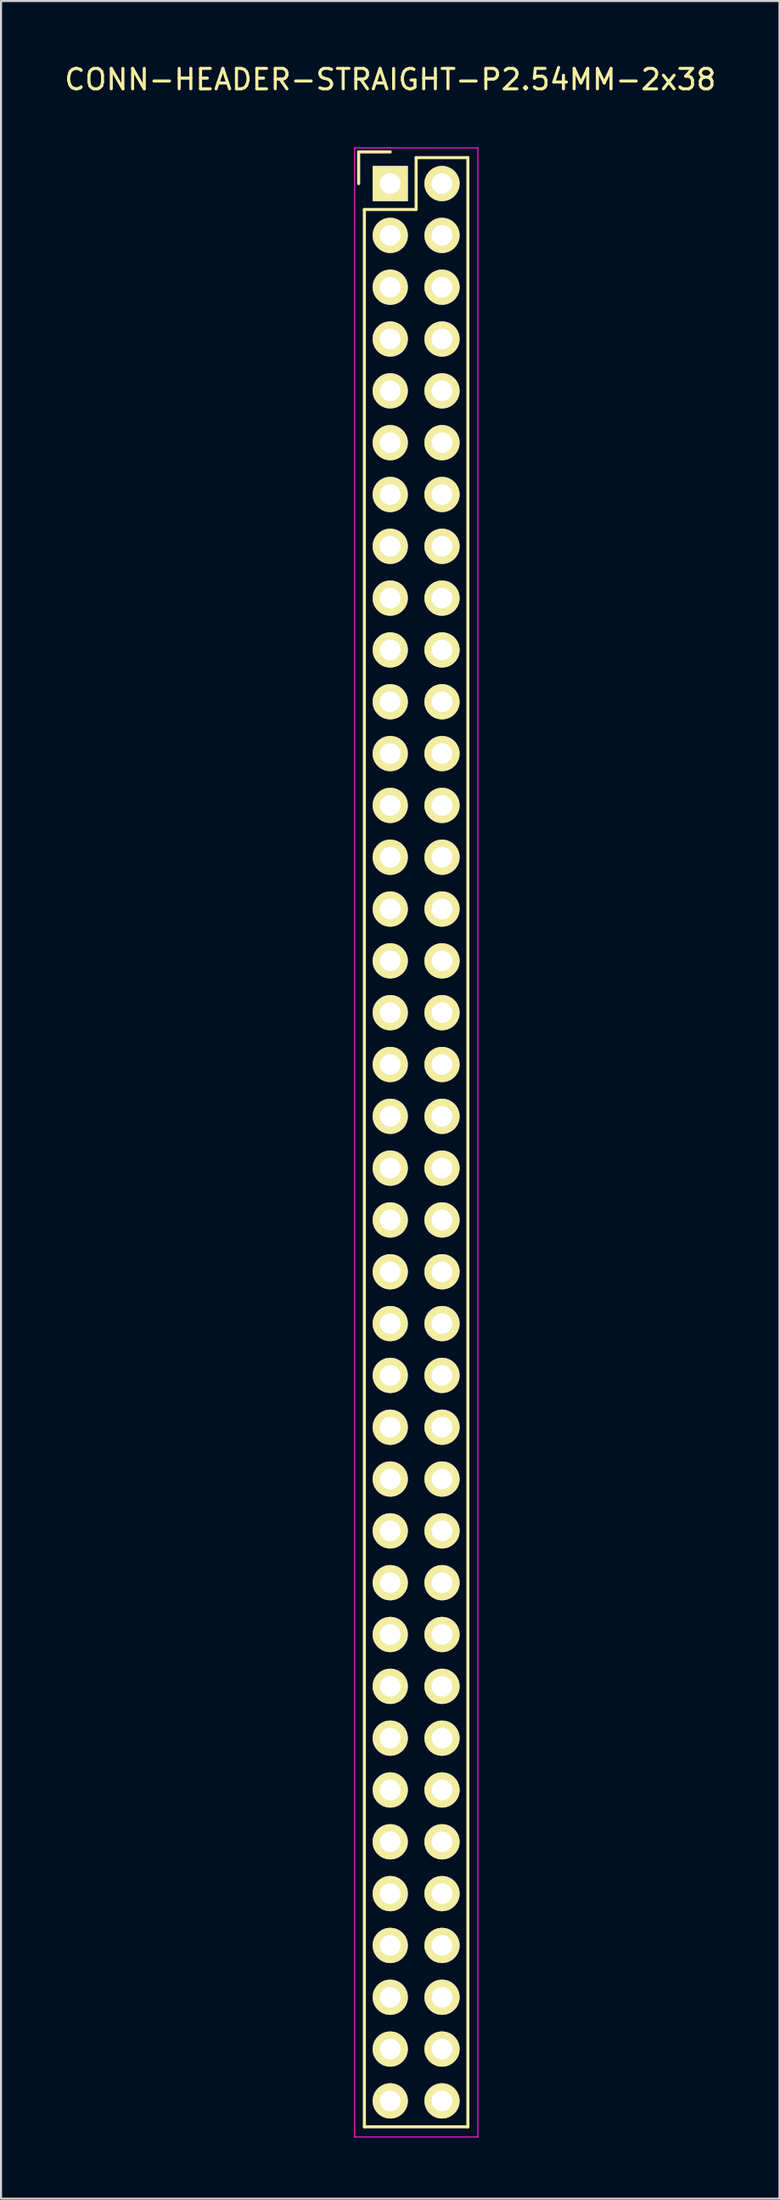
<source format=kicad_pcb>
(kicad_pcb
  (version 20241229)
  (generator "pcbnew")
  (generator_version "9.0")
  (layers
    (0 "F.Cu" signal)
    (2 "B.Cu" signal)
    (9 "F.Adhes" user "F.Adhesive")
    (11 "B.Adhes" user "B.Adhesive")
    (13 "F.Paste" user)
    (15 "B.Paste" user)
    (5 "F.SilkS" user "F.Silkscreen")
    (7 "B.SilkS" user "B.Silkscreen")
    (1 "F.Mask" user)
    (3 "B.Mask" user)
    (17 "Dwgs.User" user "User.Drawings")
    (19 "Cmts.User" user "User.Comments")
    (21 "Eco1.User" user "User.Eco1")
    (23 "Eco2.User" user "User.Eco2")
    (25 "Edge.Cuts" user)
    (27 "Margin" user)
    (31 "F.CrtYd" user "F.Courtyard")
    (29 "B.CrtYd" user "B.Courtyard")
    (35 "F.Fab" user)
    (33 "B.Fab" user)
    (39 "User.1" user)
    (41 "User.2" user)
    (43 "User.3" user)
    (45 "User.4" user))
  (footprint "CONN-HEADER-STRAIGHT-P2.54MM-2x38"
    (layer "F.Cu")
    (at 16.101 5.948)
    (property "Reference" "CONN-HEADER-STRAIGHT-P2.54MM-2x38" (at 0 -5.1 0) (layer "F.SilkS") (effects (font (size 1 1) (thickness 0.15))))
    (attr through_hole)
    (fp_line (start -1.55 -1.55) (end -1.55 0) (stroke (width 0.15) (type solid)) (layer "F.SilkS"))
    (fp_line (start -1.27 95.25) (end -1.27 1.27) (stroke (width 0.15) (type solid)) (layer "F.SilkS"))
    (fp_line (start 0 -1.55) (end -1.55 -1.55) (stroke (width 0.15) (type solid)) (layer "F.SilkS"))
    (fp_line (start 1.27 -1.27) (end 1.27 1.27) (stroke (width 0.15) (type solid)) (layer "F.SilkS"))
    (fp_line (start 1.27 1.27) (end -1.27 1.27) (stroke (width 0.15) (type solid)) (layer "F.SilkS"))
    (fp_line (start 3.81 -1.27) (end 1.27 -1.27) (stroke (width 0.15) (type solid)) (layer "F.SilkS"))
    (fp_line (start 3.81 -1.27) (end 3.81 95.25) (stroke (width 0.15) (type solid)) (layer "F.SilkS"))
    (fp_line (start 3.81 95.25) (end -1.27 95.25) (stroke (width 0.15) (type solid)) (layer "F.SilkS"))
    (fp_line (start -1.75 -1.75) (end -1.75 95.75) (stroke (width 0.05) (type solid)) (layer "F.CrtYd"))
    (fp_line (start -1.75 -1.75) (end 4.3 -1.75) (stroke (width 0.05) (type solid)) (layer "F.CrtYd"))
    (fp_line (start -1.75 95.75) (end 4.3 95.75) (stroke (width 0.05) (type solid)) (layer "F.CrtYd"))
    (fp_line (start 4.3 -1.75) (end 4.3 95.75) (stroke (width 0.05) (type solid)) (layer "F.CrtYd"))
    (pad "1" thru_hole rect (at 0 0) (size 1.727 1.727) (drill 1.016) (layers "*.Cu" "*.Mask" "F.SilkS"))
    (pad "2" thru_hole oval (at 2.54 0) (size 1.727 1.727) (drill 1.016) (layers "*.Cu" "*.Mask" "F.SilkS"))
    (pad "3" thru_hole oval (at 0 2.54) (size 1.727 1.727) (drill 1.016) (layers "*.Cu" "*.Mask" "F.SilkS"))
    (pad "4" thru_hole oval (at 2.54 2.54) (size 1.727 1.727) (drill 1.016) (layers "*.Cu" "*.Mask" "F.SilkS"))
    (pad "5" thru_hole oval (at 0 5.08) (size 1.727 1.727) (drill 1.016) (layers "*.Cu" "*.Mask" "F.SilkS"))
    (pad "6" thru_hole oval (at 2.54 5.08) (size 1.727 1.727) (drill 1.016) (layers "*.Cu" "*.Mask" "F.SilkS"))
    (pad "7" thru_hole oval (at 0 7.62) (size 1.727 1.727) (drill 1.016) (layers "*.Cu" "*.Mask" "F.SilkS"))
    (pad "8" thru_hole oval (at 2.54 7.62) (size 1.727 1.727) (drill 1.016) (layers "*.Cu" "*.Mask" "F.SilkS"))
    (pad "9" thru_hole oval (at 0 10.16) (size 1.727 1.727) (drill 1.016) (layers "*.Cu" "*.Mask" "F.SilkS"))
    (pad "10" thru_hole oval (at 2.54 10.16) (size 1.727 1.727) (drill 1.016) (layers "*.Cu" "*.Mask" "F.SilkS"))
    (pad "11" thru_hole oval (at 0 12.7) (size 1.727 1.727) (drill 1.016) (layers "*.Cu" "*.Mask" "F.SilkS"))
    (pad "12" thru_hole oval (at 2.54 12.7) (size 1.727 1.727) (drill 1.016) (layers "*.Cu" "*.Mask" "F.SilkS"))
    (pad "13" thru_hole oval (at 0 15.24) (size 1.727 1.727) (drill 1.016) (layers "*.Cu" "*.Mask" "F.SilkS"))
    (pad "14" thru_hole oval (at 2.54 15.24) (size 1.727 1.727) (drill 1.016) (layers "*.Cu" "*.Mask" "F.SilkS"))
    (pad "15" thru_hole oval (at 0 17.78) (size 1.727 1.727) (drill 1.016) (layers "*.Cu" "*.Mask" "F.SilkS"))
    (pad "16" thru_hole oval (at 2.54 17.78) (size 1.727 1.727) (drill 1.016) (layers "*.Cu" "*.Mask" "F.SilkS"))
    (pad "17" thru_hole oval (at 0 20.32) (size 1.727 1.727) (drill 1.016) (layers "*.Cu" "*.Mask" "F.SilkS"))
    (pad "18" thru_hole oval (at 2.54 20.32) (size 1.727 1.727) (drill 1.016) (layers "*.Cu" "*.Mask" "F.SilkS"))
    (pad "19" thru_hole oval (at 0 22.86) (size 1.727 1.727) (drill 1.016) (layers "*.Cu" "*.Mask" "F.SilkS"))
    (pad "20" thru_hole oval (at 2.54 22.86) (size 1.727 1.727) (drill 1.016) (layers "*.Cu" "*.Mask" "F.SilkS"))
    (pad "21" thru_hole oval (at 0 25.4) (size 1.727 1.727) (drill 1.016) (layers "*.Cu" "*.Mask" "F.SilkS"))
    (pad "22" thru_hole oval (at 2.54 25.4) (size 1.727 1.727) (drill 1.016) (layers "*.Cu" "*.Mask" "F.SilkS"))
    (pad "23" thru_hole oval (at 0 27.94) (size 1.727 1.727) (drill 1.016) (layers "*.Cu" "*.Mask" "F.SilkS"))
    (pad "24" thru_hole oval (at 2.54 27.94) (size 1.727 1.727) (drill 1.016) (layers "*.Cu" "*.Mask" "F.SilkS"))
    (pad "25" thru_hole oval (at 0 30.48) (size 1.727 1.727) (drill 1.016) (layers "*.Cu" "*.Mask" "F.SilkS"))
    (pad "26" thru_hole oval (at 2.54 30.48) (size 1.727 1.727) (drill 1.016) (layers "*.Cu" "*.Mask" "F.SilkS"))
    (pad "27" thru_hole oval (at 0 33.02) (size 1.727 1.727) (drill 1.016) (layers "*.Cu" "*.Mask" "F.SilkS"))
    (pad "28" thru_hole oval (at 2.54 33.02) (size 1.727 1.727) (drill 1.016) (layers "*.Cu" "*.Mask" "F.SilkS"))
    (pad "29" thru_hole oval (at 0 35.56) (size 1.727 1.727) (drill 1.016) (layers "*.Cu" "*.Mask" "F.SilkS"))
    (pad "30" thru_hole oval (at 2.54 35.56) (size 1.727 1.727) (drill 1.016) (layers "*.Cu" "*.Mask" "F.SilkS"))
    (pad "31" thru_hole oval (at 0 38.1) (size 1.727 1.727) (drill 1.016) (layers "*.Cu" "*.Mask" "F.SilkS"))
    (pad "32" thru_hole oval (at 2.54 38.1) (size 1.727 1.727) (drill 1.016) (layers "*.Cu" "*.Mask" "F.SilkS"))
    (pad "33" thru_hole oval (at 0 40.64) (size 1.727 1.727) (drill 1.016) (layers "*.Cu" "*.Mask" "F.SilkS"))
    (pad "34" thru_hole oval (at 2.54 40.64) (size 1.727 1.727) (drill 1.016) (layers "*.Cu" "*.Mask" "F.SilkS"))
    (pad "35" thru_hole oval (at 0 43.18) (size 1.727 1.727) (drill 1.016) (layers "*.Cu" "*.Mask" "F.SilkS"))
    (pad "36" thru_hole oval (at 2.54 43.18) (size 1.727 1.727) (drill 1.016) (layers "*.Cu" "*.Mask" "F.SilkS"))
    (pad "37" thru_hole oval (at 0 45.72) (size 1.727 1.727) (drill 1.016) (layers "*.Cu" "*.Mask" "F.SilkS"))
    (pad "38" thru_hole oval (at 2.54 45.72) (size 1.727 1.727) (drill 1.016) (layers "*.Cu" "*.Mask" "F.SilkS"))
    (pad "39" thru_hole oval (at 0 48.26) (size 1.727 1.727) (drill 1.016) (layers "*.Cu" "*.Mask" "F.SilkS"))
    (pad "40" thru_hole oval (at 2.54 48.26) (size 1.727 1.727) (drill 1.016) (layers "*.Cu" "*.Mask" "F.SilkS"))
    (pad "41" thru_hole oval (at 0 50.8) (size 1.727 1.727) (drill 1.016) (layers "*.Cu" "*.Mask" "F.SilkS"))
    (pad "42" thru_hole oval (at 2.54 50.8) (size 1.727 1.727) (drill 1.016) (layers "*.Cu" "*.Mask" "F.SilkS"))
    (pad "43" thru_hole oval (at 0 53.34) (size 1.727 1.727) (drill 1.016) (layers "*.Cu" "*.Mask" "F.SilkS"))
    (pad "44" thru_hole oval (at 2.54 53.34) (size 1.727 1.727) (drill 1.016) (layers "*.Cu" "*.Mask" "F.SilkS"))
    (pad "45" thru_hole oval (at 0 55.88) (size 1.727 1.727) (drill 1.016) (layers "*.Cu" "*.Mask" "F.SilkS"))
    (pad "46" thru_hole oval (at 2.54 55.88) (size 1.727 1.727) (drill 1.016) (layers "*.Cu" "*.Mask" "F.SilkS"))
    (pad "47" thru_hole oval (at 0 58.42) (size 1.727 1.727) (drill 1.016) (layers "*.Cu" "*.Mask" "F.SilkS"))
    (pad "48" thru_hole oval (at 2.54 58.42) (size 1.727 1.727) (drill 1.016) (layers "*.Cu" "*.Mask" "F.SilkS"))
    (pad "49" thru_hole oval (at 0 60.96) (size 1.727 1.727) (drill 1.016) (layers "*.Cu" "*.Mask" "F.SilkS"))
    (pad "50" thru_hole oval (at 2.54 60.96) (size 1.727 1.727) (drill 1.016) (layers "*.Cu" "*.Mask" "F.SilkS"))
    (pad "51" thru_hole oval (at 0 63.5) (size 1.727 1.727) (drill 1.016) (layers "*.Cu" "*.Mask" "F.SilkS"))
    (pad "52" thru_hole oval (at 2.54 63.5) (size 1.727 1.727) (drill 1.016) (layers "*.Cu" "*.Mask" "F.SilkS"))
    (pad "53" thru_hole oval (at 0 66.04) (size 1.727 1.727) (drill 1.016) (layers "*.Cu" "*.Mask" "F.SilkS"))
    (pad "54" thru_hole oval (at 2.54 66.04) (size 1.727 1.727) (drill 1.016) (layers "*.Cu" "*.Mask" "F.SilkS"))
    (pad "55" thru_hole oval (at 0 68.58) (size 1.727 1.727) (drill 1.016) (layers "*.Cu" "*.Mask" "F.SilkS"))
    (pad "56" thru_hole oval (at 2.54 68.58) (size 1.727 1.727) (drill 1.016) (layers "*.Cu" "*.Mask" "F.SilkS"))
    (pad "57" thru_hole oval (at 0 71.12) (size 1.727 1.727) (drill 1.016) (layers "*.Cu" "*.Mask" "F.SilkS"))
    (pad "58" thru_hole oval (at 2.54 71.12) (size 1.727 1.727) (drill 1.016) (layers "*.Cu" "*.Mask" "F.SilkS"))
    (pad "59" thru_hole oval (at 0 73.66) (size 1.727 1.727) (drill 1.016) (layers "*.Cu" "*.Mask" "F.SilkS"))
    (pad "60" thru_hole oval (at 2.54 73.66) (size 1.727 1.727) (drill 1.016) (layers "*.Cu" "*.Mask" "F.SilkS"))
    (pad "61" thru_hole oval (at 0 76.2) (size 1.727 1.727) (drill 1.016) (layers "*.Cu" "*.Mask" "F.SilkS"))
    (pad "62" thru_hole oval (at 2.54 76.2) (size 1.727 1.727) (drill 1.016) (layers "*.Cu" "*.Mask" "F.SilkS"))
    (pad "63" thru_hole oval (at 0 78.74) (size 1.727 1.727) (drill 1.016) (layers "*.Cu" "*.Mask" "F.SilkS"))
    (pad "64" thru_hole oval (at 2.54 78.74) (size 1.727 1.727) (drill 1.016) (layers "*.Cu" "*.Mask" "F.SilkS"))
    (pad "65" thru_hole oval (at 0 81.28) (size 1.727 1.727) (drill 1.016) (layers "*.Cu" "*.Mask" "F.SilkS"))
    (pad "66" thru_hole oval (at 2.54 81.28) (size 1.727 1.727) (drill 1.016) (layers "*.Cu" "*.Mask" "F.SilkS"))
    (pad "67" thru_hole oval (at 0 83.82) (size 1.727 1.727) (drill 1.016) (layers "*.Cu" "*.Mask" "F.SilkS"))
    (pad "68" thru_hole oval (at 2.54 83.82) (size 1.727 1.727) (drill 1.016) (layers "*.Cu" "*.Mask" "F.SilkS"))
    (pad "69" thru_hole oval (at 0 86.36) (size 1.727 1.727) (drill 1.016) (layers "*.Cu" "*.Mask" "F.SilkS"))
    (pad "70" thru_hole oval (at 2.54 86.36) (size 1.727 1.727) (drill 1.016) (layers "*.Cu" "*.Mask" "F.SilkS"))
    (pad "71" thru_hole oval (at 0 88.9) (size 1.727 1.727) (drill 1.016) (layers "*.Cu" "*.Mask" "F.SilkS"))
    (pad "72" thru_hole oval (at 2.54 88.9) (size 1.727 1.727) (drill 1.016) (layers "*.Cu" "*.Mask" "F.SilkS"))
    (pad "73" thru_hole oval (at 0 91.44) (size 1.727 1.727) (drill 1.016) (layers "*.Cu" "*.Mask" "F.SilkS"))
    (pad "74" thru_hole oval (at 2.54 91.44) (size 1.727 1.727) (drill 1.016) (layers "*.Cu" "*.Mask" "F.SilkS"))
    (pad "75" thru_hole oval (at 0 93.98) (size 1.727 1.727) (drill 1.016) (layers "*.Cu" "*.Mask" "F.SilkS"))
    (pad "76" thru_hole oval (at 2.54 93.98) (size 1.727 1.727) (drill 1.016) (layers "*.Cu" "*.Mask" "F.SilkS")))
  (gr_rect
    (start -3 -3)
    (end 35.202 104.723)
    (stroke (width 0.1) (type default))
    (fill no)
    (layer "Edge.Cuts")))
</source>
